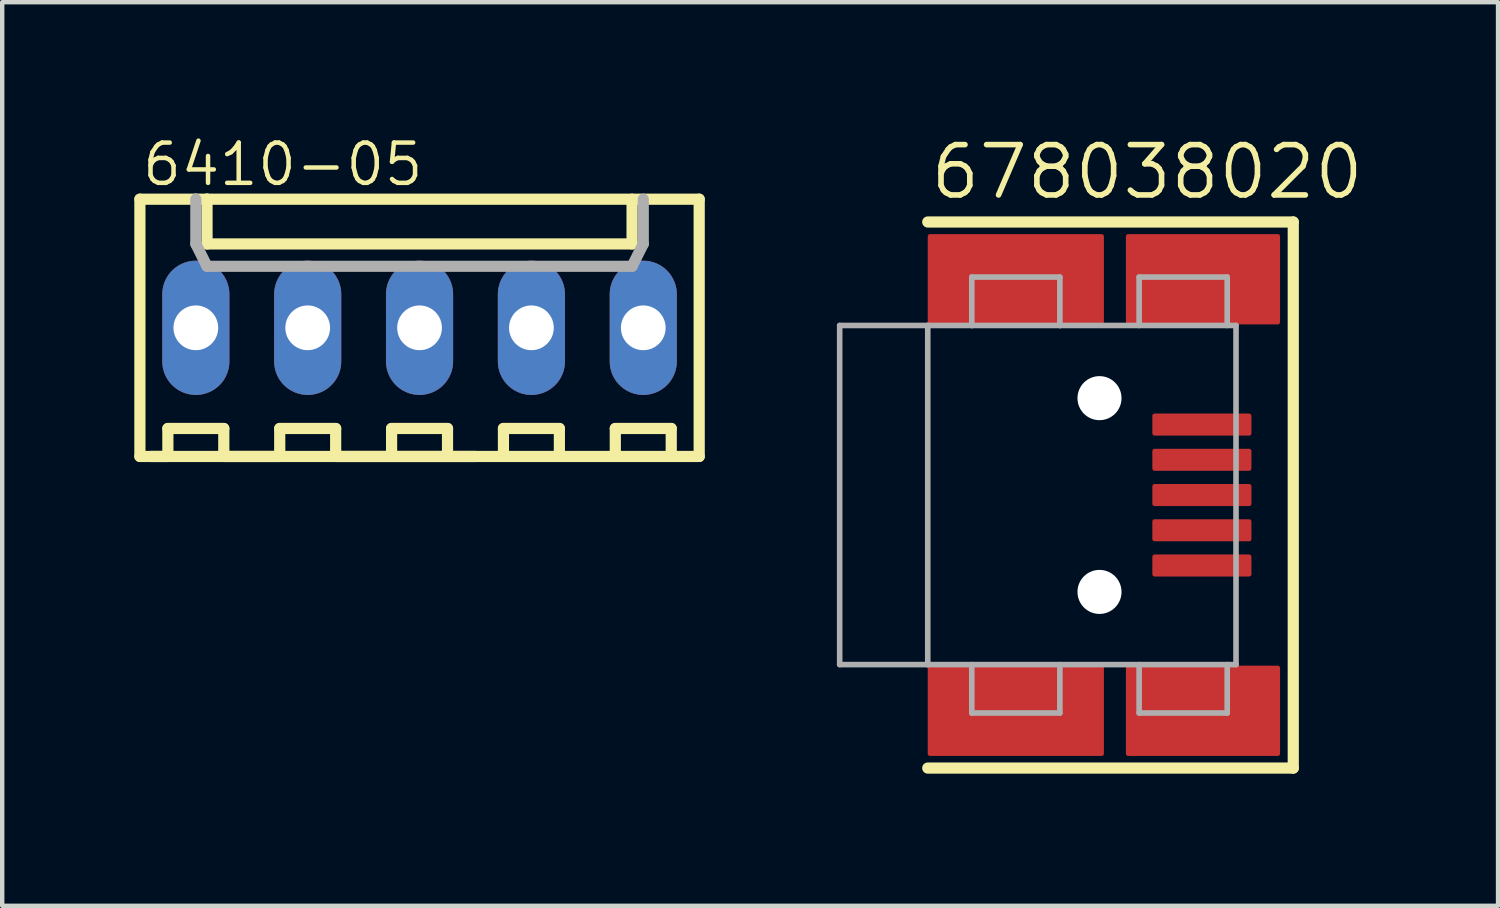
<source format=kicad_pcb>
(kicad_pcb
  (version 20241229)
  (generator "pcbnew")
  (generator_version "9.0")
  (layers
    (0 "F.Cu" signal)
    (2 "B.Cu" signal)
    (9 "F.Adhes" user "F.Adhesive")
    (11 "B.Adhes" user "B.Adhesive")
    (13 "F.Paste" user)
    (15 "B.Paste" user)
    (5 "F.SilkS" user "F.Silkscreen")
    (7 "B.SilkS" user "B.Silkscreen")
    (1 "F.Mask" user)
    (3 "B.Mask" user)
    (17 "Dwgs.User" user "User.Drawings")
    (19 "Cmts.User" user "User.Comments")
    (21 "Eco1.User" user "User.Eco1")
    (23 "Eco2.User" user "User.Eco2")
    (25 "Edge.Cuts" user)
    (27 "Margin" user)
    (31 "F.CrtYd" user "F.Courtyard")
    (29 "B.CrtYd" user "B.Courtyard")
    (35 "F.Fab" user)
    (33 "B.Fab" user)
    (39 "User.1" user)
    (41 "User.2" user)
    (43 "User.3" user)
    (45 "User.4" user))
  (footprint "6410-05"
    (layer "F.Cu")
    (at 6.477 4.394)
    (property "Reference" "6410-05" (at -6.35 -3.175 0) (layer "F.SilkS") (effects (font (size 0.914 0.914) (thickness 0.102)) (justify left bottom)))
    (fp_line (start -6.35 -2.921) (end -6.35 2.921) (stroke (width 0.254) (type solid)) (layer "F.SilkS"))
    (fp_line (start -6.35 -2.921) (end -5.08 -2.921) (stroke (width 0.254) (type solid)) (layer "F.SilkS"))
    (fp_line (start -6.35 2.921) (end 1.27 2.921) (stroke (width 0.254) (type solid)) (layer "F.SilkS"))
    (fp_line (start -6.096 2.921) (end -5.715 2.921) (stroke (width 0.254) (type solid)) (layer "F.SilkS"))
    (fp_line (start -5.715 2.286) (end -4.445 2.286) (stroke (width 0.254) (type solid)) (layer "F.SilkS"))
    (fp_line (start -5.715 2.921) (end -5.715 2.286) (stroke (width 0.254) (type solid)) (layer "F.SilkS"))
    (fp_line (start -5.08 -2.921) (end -4.826 -2.921) (stroke (width 0.254) (type solid)) (layer "F.SilkS"))
    (fp_line (start -4.826 -2.921) (end -4.826 -1.905) (stroke (width 0.254) (type solid)) (layer "F.SilkS"))
    (fp_line (start -4.826 -2.921) (end 6.35 -2.921) (stroke (width 0.254) (type solid)) (layer "F.SilkS"))
    (fp_line (start -4.826 -1.905) (end 4.826 -1.905) (stroke (width 0.254) (type solid)) (layer "F.SilkS"))
    (fp_line (start -4.445 2.286) (end -4.445 2.921) (stroke (width 0.254) (type solid)) (layer "F.SilkS"))
    (fp_line (start -4.445 2.921) (end -3.175 2.921) (stroke (width 0.254) (type solid)) (layer "F.SilkS"))
    (fp_line (start -3.175 2.286) (end -1.905 2.286) (stroke (width 0.254) (type solid)) (layer "F.SilkS"))
    (fp_line (start -3.175 2.921) (end -3.175 2.286) (stroke (width 0.254) (type solid)) (layer "F.SilkS"))
    (fp_line (start -1.905 2.286) (end -1.905 2.921) (stroke (width 0.254) (type solid)) (layer "F.SilkS"))
    (fp_line (start -1.905 2.921) (end -0.635 2.921) (stroke (width 0.254) (type solid)) (layer "F.SilkS"))
    (fp_line (start -0.635 2.286) (end 0.635 2.286) (stroke (width 0.254) (type solid)) (layer "F.SilkS"))
    (fp_line (start -0.635 2.921) (end -0.635 2.286) (stroke (width 0.254) (type solid)) (layer "F.SilkS"))
    (fp_line (start 0.635 2.286) (end 0.635 2.921) (stroke (width 0.254) (type solid)) (layer "F.SilkS"))
    (fp_line (start 0.635 2.921) (end -0.635 2.921) (stroke (width 0.254) (type solid)) (layer "F.SilkS"))
    (fp_line (start 0.635 2.921) (end 1.905 2.921) (stroke (width 0.254) (type solid)) (layer "F.SilkS"))
    (fp_line (start 1.905 2.286) (end 3.175 2.286) (stroke (width 0.254) (type solid)) (layer "F.SilkS"))
    (fp_line (start 1.905 2.921) (end 1.905 2.286) (stroke (width 0.254) (type solid)) (layer "F.SilkS"))
    (fp_line (start 3.175 2.286) (end 3.175 2.921) (stroke (width 0.254) (type solid)) (layer "F.SilkS"))
    (fp_line (start 3.175 2.921) (end 1.905 2.921) (stroke (width 0.254) (type solid)) (layer "F.SilkS"))
    (fp_line (start 3.175 2.921) (end 4.445 2.921) (stroke (width 0.254) (type solid)) (layer "F.SilkS"))
    (fp_line (start 4.445 2.286) (end 5.715 2.286) (stroke (width 0.254) (type solid)) (layer "F.SilkS"))
    (fp_line (start 4.445 2.921) (end 4.445 2.286) (stroke (width 0.254) (type solid)) (layer "F.SilkS"))
    (fp_line (start 4.826 -2.921) (end 4.826 -1.905) (stroke (width 0.254) (type solid)) (layer "F.SilkS"))
    (fp_line (start 5.715 2.286) (end 5.715 2.921) (stroke (width 0.254) (type solid)) (layer "F.SilkS"))
    (fp_line (start 5.715 2.921) (end 4.445 2.921) (stroke (width 0.254) (type solid)) (layer "F.SilkS"))
    (fp_line (start 5.715 2.921) (end 6.35 2.921) (stroke (width 0.254) (type solid)) (layer "F.SilkS"))
    (fp_line (start 6.35 -2.921) (end 6.35 2.921) (stroke (width 0.254) (type solid)) (layer "F.SilkS"))
    (fp_line (start -5.08 -1.905) (end -5.08 -2.921) (stroke (width 0.254) (type solid)) (layer "F.Fab"))
    (fp_line (start -5.08 -1.905) (end -4.826 -1.397) (stroke (width 0.254) (type solid)) (layer "F.Fab"))
    (fp_line (start -4.826 -1.397) (end 4.826 -1.397) (stroke (width 0.254) (type solid)) (layer "F.Fab"))
    (fp_line (start 4.826 -1.397) (end 5.08 -1.905) (stroke (width 0.254) (type solid)) (layer "F.Fab"))
    (fp_line (start 5.08 -1.905) (end 5.08 -2.921) (stroke (width 0.254) (type solid)) (layer "F.Fab"))
    (fp_poly (pts (xy -5.334 0.254) (xy -4.826 0.254) (xy -4.826 -0.254) (xy -5.334 -0.254)) (stroke (width 0.1) (type default)) (fill no) (layer "F.Fab"))
    (fp_poly (pts (xy -2.794 0.254) (xy -2.286 0.254) (xy -2.286 -0.254) (xy -2.794 -0.254)) (stroke (width 0.1) (type default)) (fill no) (layer "F.Fab"))
    (fp_poly (pts (xy -0.254 0.254) (xy 0.254 0.254) (xy 0.254 -0.254) (xy -0.254 -0.254)) (stroke (width 0.1) (type default)) (fill no) (layer "F.Fab"))
    (fp_poly (pts (xy 2.286 0.254) (xy 2.794 0.254) (xy 2.794 -0.254) (xy 2.286 -0.254)) (stroke (width 0.1) (type default)) (fill no) (layer "F.Fab"))
    (fp_poly (pts (xy 4.826 0.254) (xy 5.334 0.254) (xy 5.334 -0.254) (xy 4.826 -0.254)) (stroke (width 0.1) (type default)) (fill no) (layer "F.Fab"))
    (pad "1" thru_hole oval (at 5.08 0 90) (size 3.048 1.524) (drill 1.016) (layers "*.Cu" "*.Mask"))
    (pad "2" thru_hole oval (at 2.54 0 90) (size 3.048 1.524) (drill 1.016) (layers "*.Cu" "*.Mask"))
    (pad "3" thru_hole oval (at 0 0 90) (size 3.048 1.524) (drill 1.016) (layers "*.Cu" "*.Mask"))
    (pad "4" thru_hole oval (at -2.54 0 90) (size 3.048 1.524) (drill 1.016) (layers "*.Cu" "*.Mask"))
    (pad "5" thru_hole oval (at -5.08 0 90) (size 3.048 1.524) (drill 1.016) (layers "*.Cu" "*.Mask")))
  (footprint "678038020"
    (layer "F.Cu")
    (at 18.017 8.191)
    (property "Reference" "678038020" (at 0 -6.668 0) (layer "F.SilkS") (effects (font (size 1.143 1.143) (thickness 0.127)) (justify left bottom)))
    (fp_line (start 0 -6.2) (end 8.3 -6.2) (stroke (width 0.254) (type solid)) (layer "F.SilkS"))
    (fp_line (start 8.3 -6.2) (end 8.3 6.2) (stroke (width 0.254) (type solid)) (layer "F.SilkS"))
    (fp_line (start 8.3 6.2) (end 0 6.2) (stroke (width 0.254) (type solid)) (layer "F.SilkS"))
    (fp_line (start -2 -3.85) (end 0 -3.85) (stroke (width 0.127) (type solid)) (layer "F.Fab"))
    (fp_line (start -2 3.85) (end -2 -3.85) (stroke (width 0.127) (type solid)) (layer "F.Fab"))
    (fp_line (start -2 3.85) (end 0 3.85) (stroke (width 0.127) (type solid)) (layer "F.Fab"))
    (fp_line (start 0 -3.85) (end 1 -3.85) (stroke (width 0.127) (type solid)) (layer "F.Fab"))
    (fp_line (start 0 3.85) (end 0 -3.85) (stroke (width 0.127) (type solid)) (layer "F.Fab"))
    (fp_line (start 0 3.85) (end 7 3.85) (stroke (width 0.127) (type solid)) (layer "F.Fab"))
    (fp_line (start 1 -4.95) (end 3 -4.95) (stroke (width 0.127) (type solid)) (layer "F.Fab"))
    (fp_line (start 1 -3.85) (end 1 -4.95) (stroke (width 0.127) (type solid)) (layer "F.Fab"))
    (fp_line (start 1 -3.85) (end 3 -3.85) (stroke (width 0.127) (type solid)) (layer "F.Fab"))
    (fp_line (start 1 3.85) (end 1 4.95) (stroke (width 0.127) (type solid)) (layer "F.Fab"))
    (fp_line (start 3 -3.85) (end 3 -4.95) (stroke (width 0.127) (type solid)) (layer "F.Fab"))
    (fp_line (start 3 -3.85) (end 7 -3.85) (stroke (width 0.127) (type solid)) (layer "F.Fab"))
    (fp_line (start 3 3.85) (end 3 4.95) (stroke (width 0.127) (type solid)) (layer "F.Fab"))
    (fp_line (start 3 4.95) (end 1 4.95) (stroke (width 0.127) (type solid)) (layer "F.Fab"))
    (fp_line (start 4.8 -4.95) (end 6.8 -4.95) (stroke (width 0.127) (type solid)) (layer "F.Fab"))
    (fp_line (start 4.8 -3.85) (end 4.8 -4.95) (stroke (width 0.127) (type solid)) (layer "F.Fab"))
    (fp_line (start 4.8 3.85) (end 4.8 4.95) (stroke (width 0.127) (type solid)) (layer "F.Fab"))
    (fp_line (start 6.8 -3.85) (end 6.8 -4.95) (stroke (width 0.127) (type solid)) (layer "F.Fab"))
    (fp_line (start 6.8 3.85) (end 6.8 4.95) (stroke (width 0.127) (type solid)) (layer "F.Fab"))
    (fp_line (start 6.8 4.95) (end 4.8 4.95) (stroke (width 0.127) (type solid)) (layer "F.Fab"))
    (fp_line (start 7 3.85) (end 7 -3.85) (stroke (width 0.127) (type solid)) (layer "F.Fab"))
    (pad "" np_thru_hole circle (at 3.9 -2.2) (size 1 1) (drill 1) (layers "*.Cu" "*.Mask"))
    (pad "" np_thru_hole circle (at 3.9 2.2) (size 1 1) (drill 1) (layers "*.Cu" "*.Mask"))
    (pad "1" smd roundrect (at 6.225 -1.6) (size 2.25 0.5) (layers "F.Cu" "F.Mask" "F.Paste") (roundrect_rratio 0.102))
    (pad "2" smd roundrect (at 6.225 -0.8) (size 2.25 0.5) (layers "F.Cu" "F.Mask" "F.Paste") (roundrect_rratio 0.102))
    (pad "3" smd roundrect (at 6.225 0) (size 2.25 0.5) (layers "F.Cu" "F.Mask" "F.Paste") (roundrect_rratio 0.102))
    (pad "4" smd roundrect (at 6.225 0.8) (size 2.25 0.5) (layers "F.Cu" "F.Mask" "F.Paste") (roundrect_rratio 0.102))
    (pad "5" smd roundrect (at 6.225 1.6) (size 2.25 0.5) (layers "F.Cu" "F.Mask" "F.Paste") (roundrect_rratio 0.102))
    (pad "SH1" smd roundrect (at 2 4.9) (size 4 2.05) (layers "F.Cu" "F.Mask" "F.Paste") (roundrect_rratio 0.025))
    (pad "SH1" smd roundrect (at 6.25 4.9) (size 3.5 2.05) (layers "F.Cu" "F.Mask" "F.Paste") (roundrect_rratio 0.025))
    (pad "SH2" smd roundrect (at 2 -4.9) (size 4 2.05) (layers "F.Cu" "F.Mask" "F.Paste") (roundrect_rratio 0.025))
    (pad "SH2" smd roundrect (at 6.25 -4.9) (size 3.5 2.05) (layers "F.Cu" "F.Mask" "F.Paste") (roundrect_rratio 0.025))
    (zone (net_name "") (layer "F.Cu") (hatch edge 0.5) (connect_pads) (min_thickness 0.25) (filled_areas_thickness no) (keepout (tracks not_allowed) (vias not_allowed) (pads not_allowed) (copperpour not_allowed) (footprints allowed)) (placement (enabled no)) (fill) (polygon (pts (xy 18.017 11.291) (xy 19.218 11.291) (xy 19.218 5.091) (xy 18.017 5.091)))))
  (gr_rect
    (start -3 -3)
    (end 30.967 17.518)
    (stroke (width 0.1) (type default))
    (fill no)
    (layer "Edge.Cuts")))
</source>
